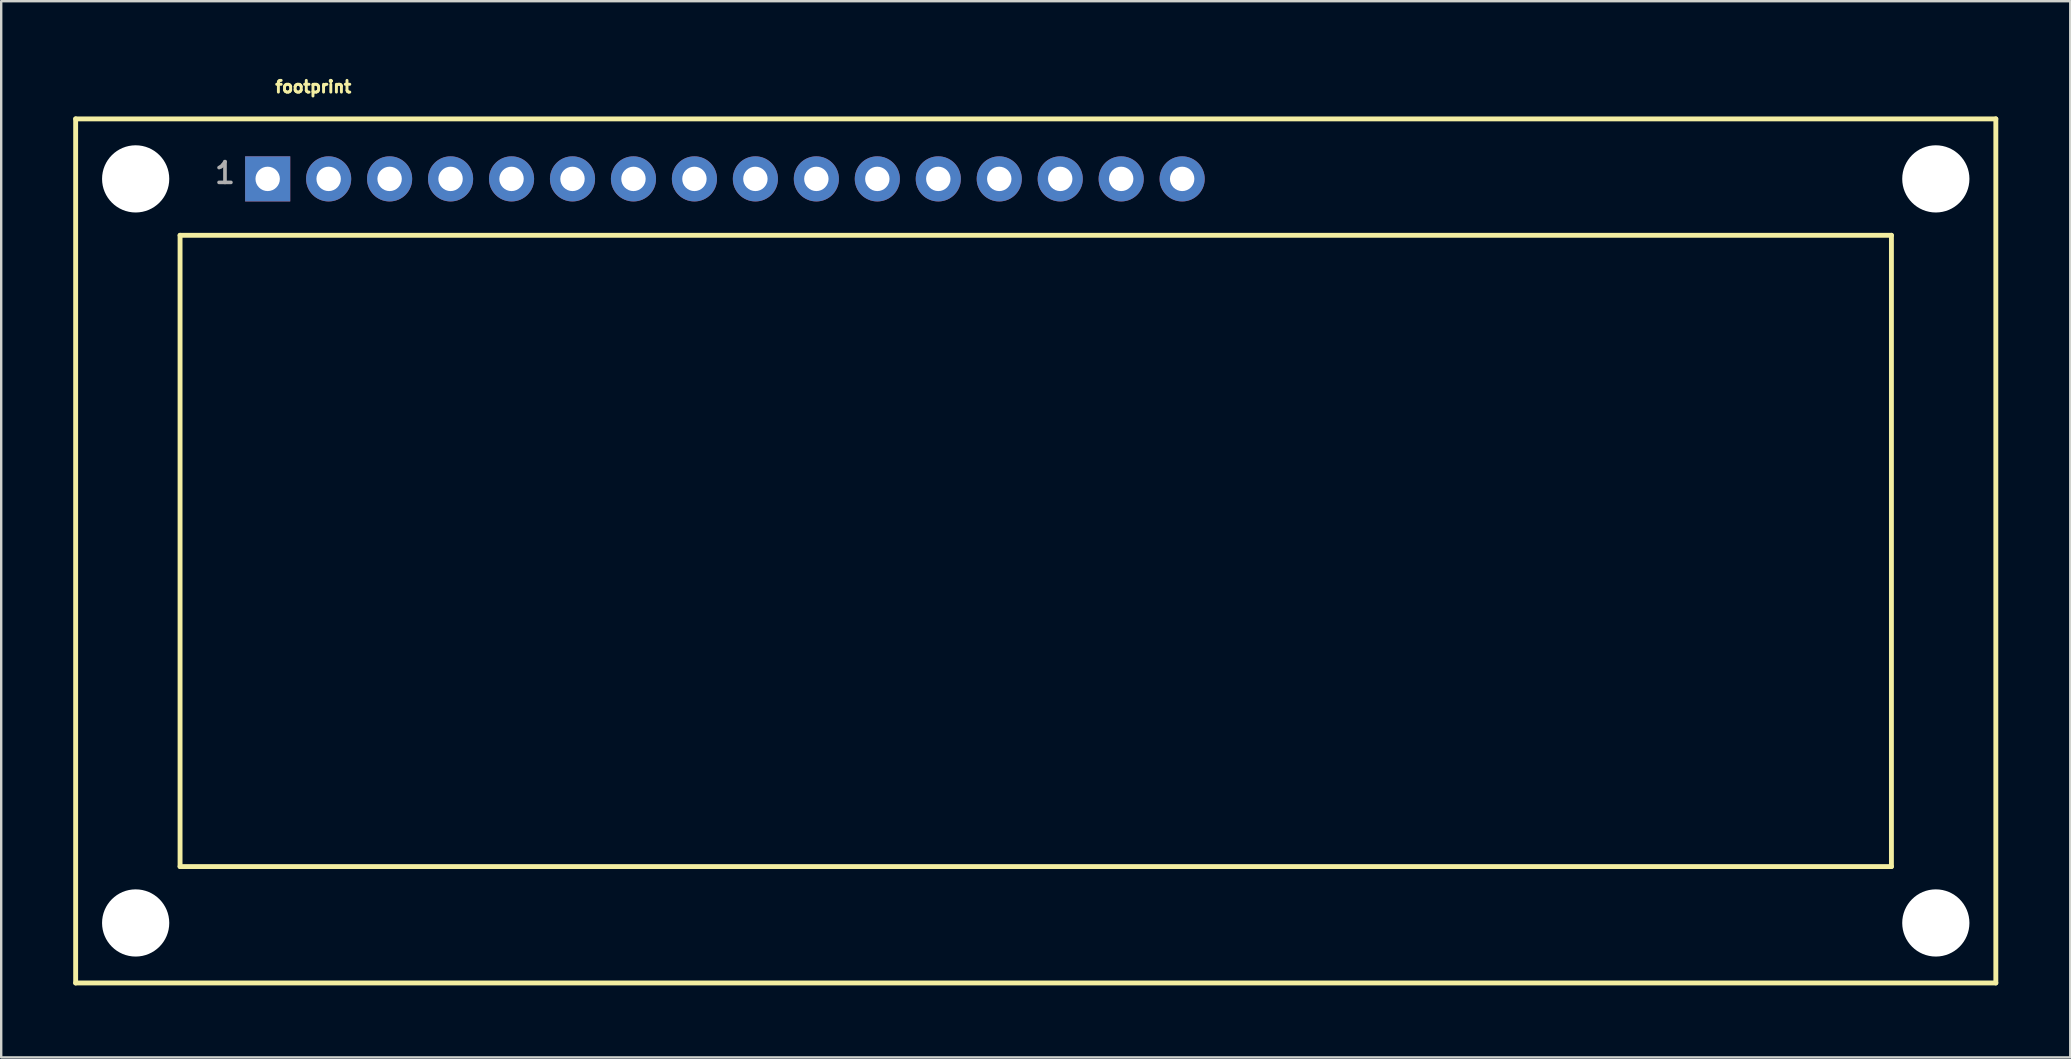
<source format=kicad_pcb>
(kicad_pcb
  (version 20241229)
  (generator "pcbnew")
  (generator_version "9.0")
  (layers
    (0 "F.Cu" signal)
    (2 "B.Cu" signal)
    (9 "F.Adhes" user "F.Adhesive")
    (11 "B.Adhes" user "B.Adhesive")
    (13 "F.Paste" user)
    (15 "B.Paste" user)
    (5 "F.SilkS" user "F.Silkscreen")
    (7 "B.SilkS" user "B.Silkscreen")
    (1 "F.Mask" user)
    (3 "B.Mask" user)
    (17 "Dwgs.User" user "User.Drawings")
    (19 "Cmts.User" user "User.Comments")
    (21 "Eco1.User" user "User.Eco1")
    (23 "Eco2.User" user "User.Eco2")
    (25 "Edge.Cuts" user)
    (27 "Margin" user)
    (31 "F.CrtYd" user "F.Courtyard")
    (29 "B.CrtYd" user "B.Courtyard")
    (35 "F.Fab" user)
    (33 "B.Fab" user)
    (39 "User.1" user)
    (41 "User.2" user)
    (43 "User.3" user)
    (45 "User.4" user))
  (footprint "footprint"
    (layer "F.Cu")
    (at 40.102 19.903)
    (property "Reference" "footprint" (at -31.75 -19.05 0) (layer "F.SilkS") (effects (font (size 0.488 0.488) (thickness 0.122)) (justify left bottom)))
    (fp_line (start -40 -18) (end 40 -18) (stroke (width 0.203) (type solid)) (layer "F.SilkS"))
    (fp_line (start -40 18) (end -40 -18) (stroke (width 0.203) (type solid)) (layer "F.SilkS"))
    (fp_line (start -35.65 -13.15) (end 35.65 -13.15) (stroke (width 0.203) (type solid)) (layer "F.SilkS"))
    (fp_line (start -35.65 13.15) (end -35.65 -13.15) (stroke (width 0.203) (type solid)) (layer "F.SilkS"))
    (fp_line (start 35.65 -13.15) (end 35.65 13.15) (stroke (width 0.203) (type solid)) (layer "F.SilkS"))
    (fp_line (start 35.65 13.15) (end -35.65 13.15) (stroke (width 0.203) (type solid)) (layer "F.SilkS"))
    (fp_line (start 40 -18) (end 40 18) (stroke (width 0.203) (type solid)) (layer "F.SilkS"))
    (fp_line (start 40 18) (end -40 18) (stroke (width 0.203) (type solid)) (layer "F.SilkS"))
    (fp_text user "1" (at -34.29 -15.24 0) (layer "F.Fab") (effects (font (size 0.864 0.864) (thickness 0.152)) (justify left bottom)))
    (pad "" np_thru_hole circle (at -37.5 -15.5) (size 2.8 2.8) (drill 2.8) (layers "*.Cu" "*.Mask"))
    (pad "" np_thru_hole circle (at -37.5 15.5) (size 2.8 2.8) (drill 2.8) (layers "*.Cu" "*.Mask"))
    (pad "" np_thru_hole circle (at 37.5 -15.5) (size 2.8 2.8) (drill 2.8) (layers "*.Cu" "*.Mask"))
    (pad "" np_thru_hole circle (at 37.5 15.5) (size 2.8 2.8) (drill 2.8) (layers "*.Cu" "*.Mask"))
    (pad "1" thru_hole rect (at -32 -15.5) (size 1.88 1.88) (drill 1.016) (layers "*.Cu" "*.Mask"))
    (pad "2" thru_hole circle (at -29.46 -15.5) (size 1.88 1.88) (drill 1.016) (layers "*.Cu" "*.Mask"))
    (pad "3" thru_hole circle (at -26.92 -15.5) (size 1.88 1.88) (drill 1.016) (layers "*.Cu" "*.Mask"))
    (pad "4" thru_hole circle (at -24.38 -15.5) (size 1.88 1.88) (drill 1.016) (layers "*.Cu" "*.Mask"))
    (pad "5" thru_hole circle (at -21.84 -15.5) (size 1.88 1.88) (drill 1.016) (layers "*.Cu" "*.Mask"))
    (pad "6" thru_hole circle (at -19.3 -15.5) (size 1.88 1.88) (drill 1.016) (layers "*.Cu" "*.Mask"))
    (pad "7" thru_hole circle (at -16.76 -15.5) (size 1.88 1.88) (drill 1.016) (layers "*.Cu" "*.Mask"))
    (pad "8" thru_hole circle (at -14.22 -15.5) (size 1.88 1.88) (drill 1.016) (layers "*.Cu" "*.Mask"))
    (pad "9" thru_hole circle (at -11.68 -15.5) (size 1.88 1.88) (drill 1.016) (layers "*.Cu" "*.Mask"))
    (pad "10" thru_hole circle (at -9.14 -15.5) (size 1.88 1.88) (drill 1.016) (layers "*.Cu" "*.Mask"))
    (pad "11" thru_hole circle (at -6.6 -15.5) (size 1.88 1.88) (drill 1.016) (layers "*.Cu" "*.Mask"))
    (pad "12" thru_hole circle (at -4.06 -15.5) (size 1.88 1.88) (drill 1.016) (layers "*.Cu" "*.Mask"))
    (pad "13" thru_hole circle (at -1.52 -15.5) (size 1.88 1.88) (drill 1.016) (layers "*.Cu" "*.Mask"))
    (pad "14" thru_hole circle (at 1.02 -15.5) (size 1.88 1.88) (drill 1.016) (layers "*.Cu" "*.Mask"))
    (pad "15" thru_hole circle (at 3.56 -15.5) (size 1.88 1.88) (drill 1.016) (layers "*.Cu" "*.Mask"))
    (pad "16" thru_hole circle (at 6.1 -15.5) (size 1.88 1.88) (drill 1.016) (layers "*.Cu" "*.Mask")))
  (gr_rect
    (start -3 -3)
    (end 83.203 41.005)
    (stroke (width 0.1) (type default))
    (fill no)
    (layer "Edge.Cuts")))
</source>
